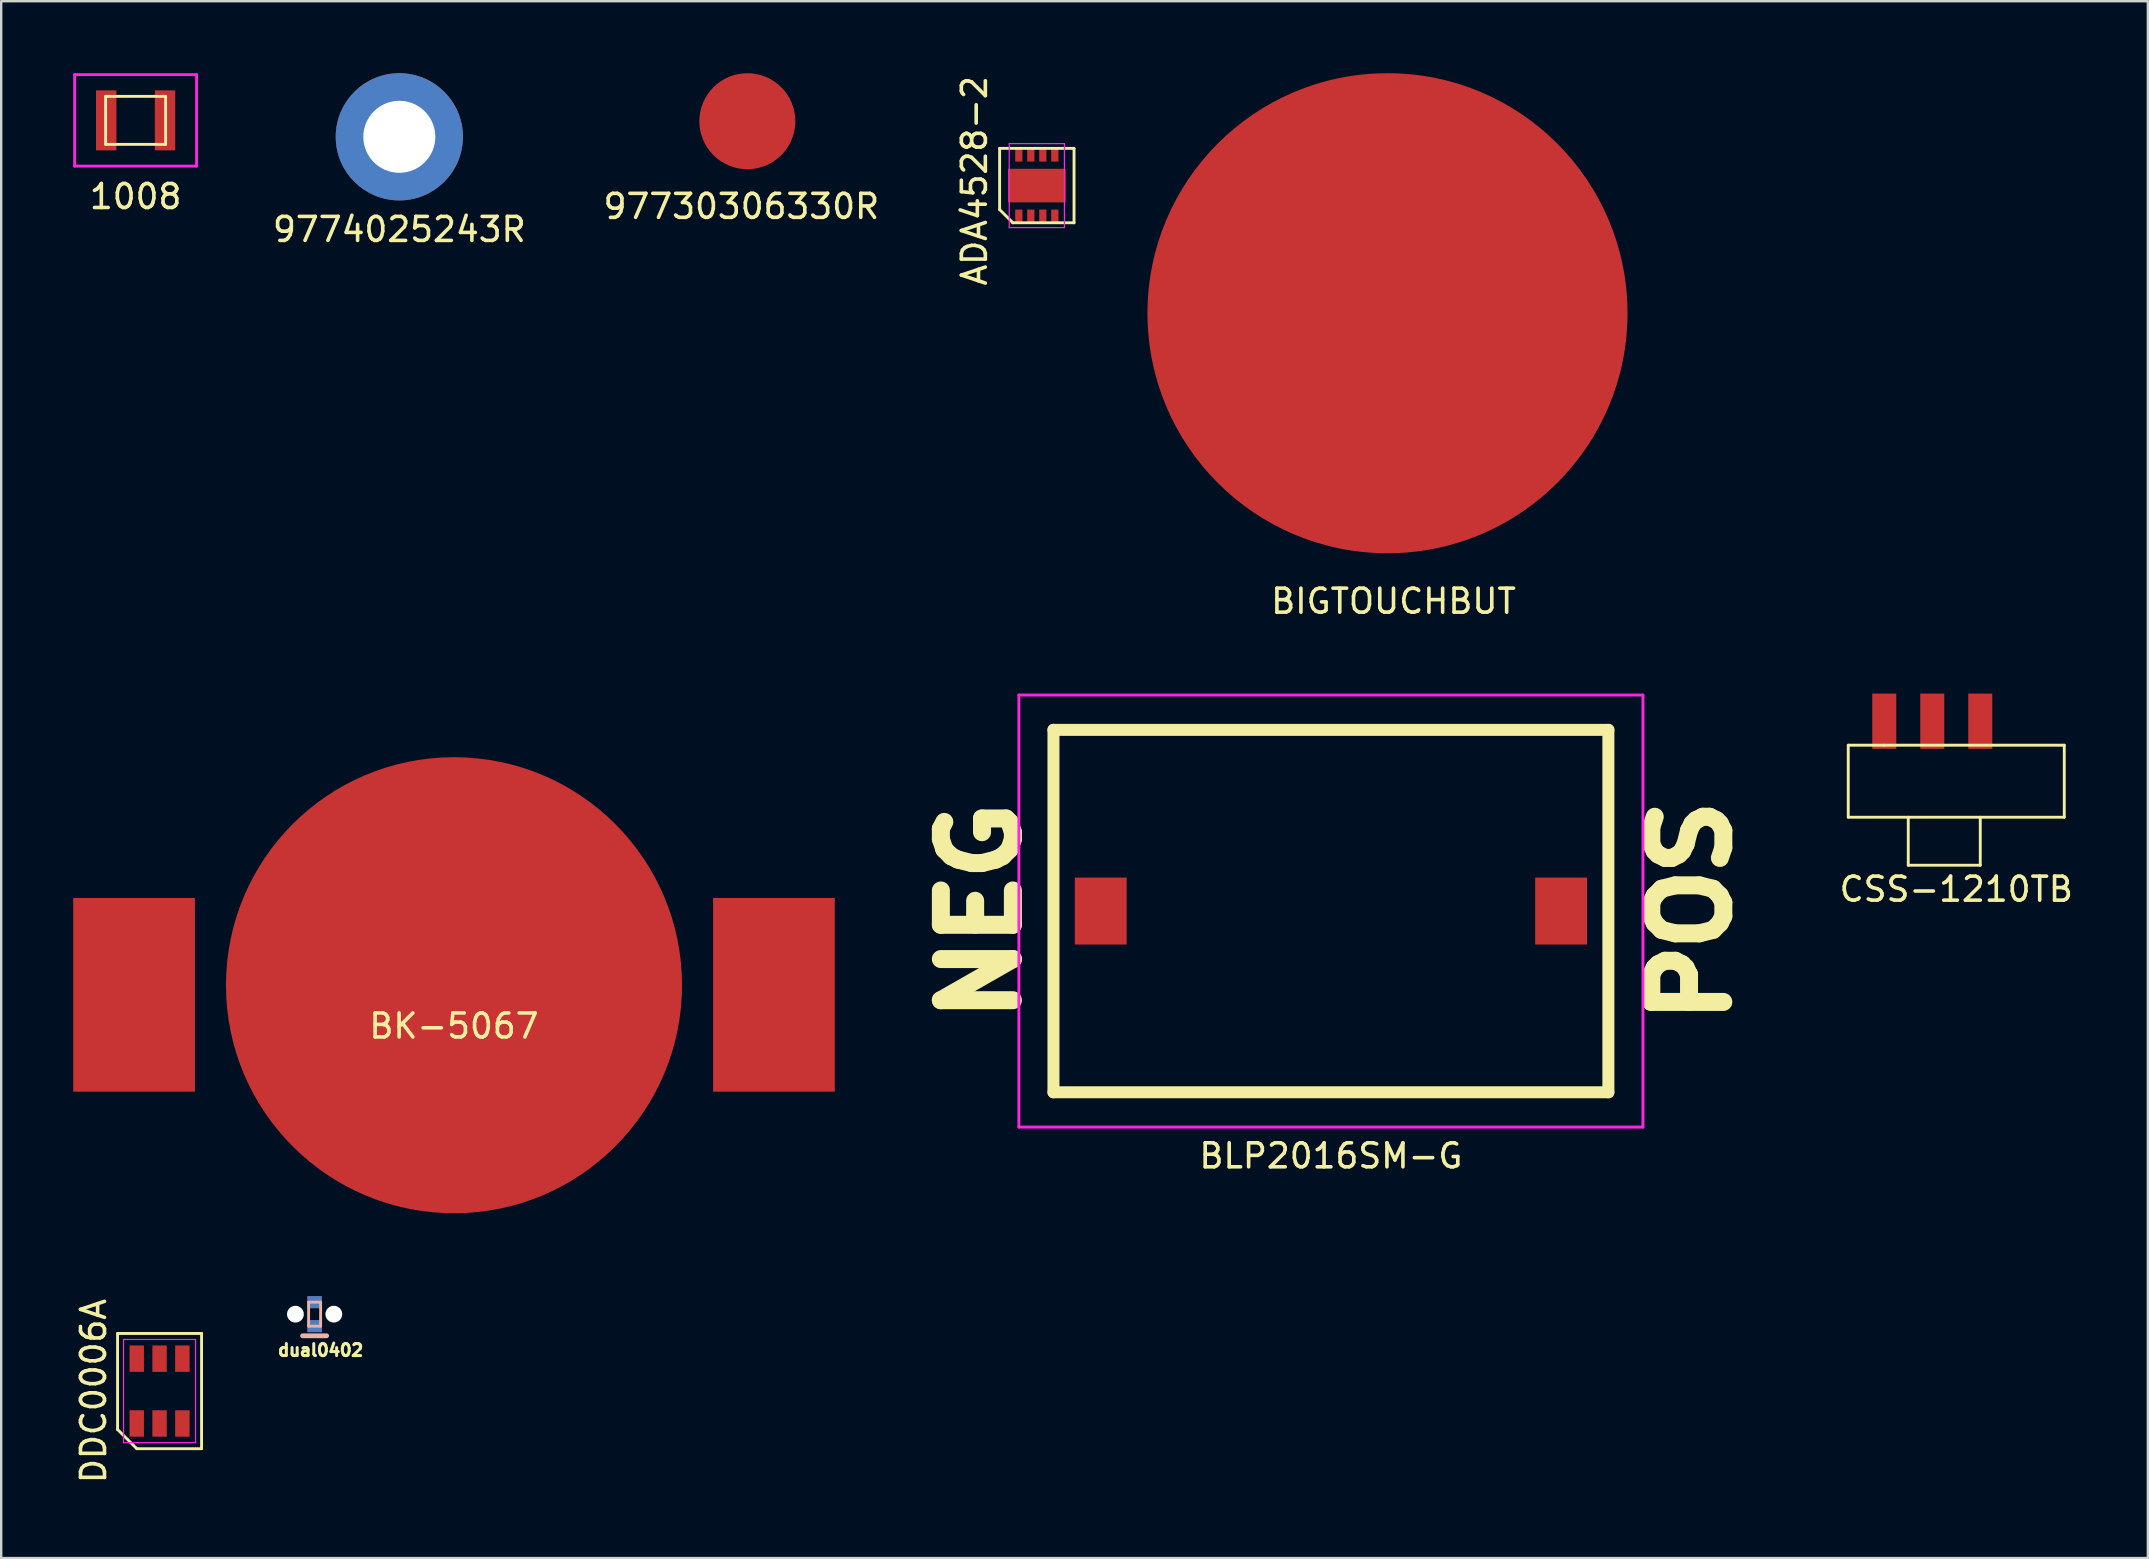
<source format=kicad_pcb>
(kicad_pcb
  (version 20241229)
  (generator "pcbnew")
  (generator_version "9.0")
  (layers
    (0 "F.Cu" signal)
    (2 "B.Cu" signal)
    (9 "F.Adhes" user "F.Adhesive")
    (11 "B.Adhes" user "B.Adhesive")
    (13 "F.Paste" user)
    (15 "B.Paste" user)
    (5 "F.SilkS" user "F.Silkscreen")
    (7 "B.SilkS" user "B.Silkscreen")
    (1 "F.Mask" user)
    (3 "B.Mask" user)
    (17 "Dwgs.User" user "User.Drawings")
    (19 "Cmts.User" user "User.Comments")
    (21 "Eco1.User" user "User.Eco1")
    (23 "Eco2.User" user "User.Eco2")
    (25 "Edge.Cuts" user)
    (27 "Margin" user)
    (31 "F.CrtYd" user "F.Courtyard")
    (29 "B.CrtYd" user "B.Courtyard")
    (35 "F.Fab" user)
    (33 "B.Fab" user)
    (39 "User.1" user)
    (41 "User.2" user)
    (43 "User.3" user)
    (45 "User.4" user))
  (footprint "9774025243R"
    (layer "F.Cu")
    (at 13.587 2.65)
    (property "Reference" "9774025243R" (at 0 3.86 0) (layer "F.SilkS") (effects (font (size 1 1) (thickness 0.15))))
    (attr through_hole)
    (pad "1" thru_hole circle (at 0 0) (size 5.3 5.3) (drill 3) (layers "*.Cu" "*.Mask")))
  (footprint "1008"
    (layer "F.Cu")
    (at 2.6 1.965)
    (property "Reference" "1008" (at 0 3.175 0) (layer "F.SilkS") (effects (font (size 1 1) (thickness 0.15))))
    (attr through_hole)
    (fp_line (start -1.25 -1) (end -1.25 1) (stroke (width 0.12) (type solid)) (layer "F.SilkS"))
    (fp_line (start -1.25 1) (end 1.25 1) (stroke (width 0.12) (type solid)) (layer "F.SilkS"))
    (fp_line (start 1.25 -1) (end -1.25 -1) (stroke (width 0.12) (type solid)) (layer "F.SilkS"))
    (fp_line (start 1.25 1) (end 1.25 -1) (stroke (width 0.12) (type solid)) (layer "F.SilkS"))
    (fp_line (start -2.54 -1.905) (end 2.54 -1.905) (stroke (width 0.12) (type solid)) (layer "F.CrtYd"))
    (fp_line (start -2.54 1.905) (end -2.54 -1.905) (stroke (width 0.12) (type solid)) (layer "F.CrtYd"))
    (fp_line (start 2.54 -1.905) (end 2.54 1.905) (stroke (width 0.12) (type solid)) (layer "F.CrtYd"))
    (fp_line (start 2.54 1.905) (end -2.54 1.905) (stroke (width 0.12) (type solid)) (layer "F.CrtYd"))
    (pad "1" smd rect (at -1.225 0) (size 0.85 2.5) (layers "F.Cu" "F.Mask" "F.Paste"))
    (pad "2" smd rect (at 1.225 0) (size 0.85 2.5) (layers "F.Cu" "F.Mask" "F.Paste")))
  (footprint "97730306330R"
    (layer "F.Cu")
    (at 28.087 2)
    (property "Reference" "97730306330R" (at -0.25 3.55 0) (layer "F.SilkS") (effects (font (size 1 1) (thickness 0.15))))
    (attr through_hole)
    (pad "1" smd circle (at 0 0) (size 4 4) (layers "F.Cu" "F.Mask" "F.Paste")))
  (footprint "dual0402"
    (layer "F.Cu")
    (at 10.058 51.703)
    (property "Reference" "dual0402" (at 0.25 1.5 0) (layer "F.SilkS") (effects (font (size 0.5 0.5) (thickness 0.125))))
    (attr through_hole)
    (fp_poly (pts (xy -0.3 -0.75) (xy 0.3 -0.75) (xy 0.3 -0.25) (xy -0.3 -0.25)) (stroke (width 0.01) (type solid)) (fill yes) (layer "B.Mask"))
    (fp_poly (pts (xy -0.3 0.25) (xy 0.3 0.25) (xy 0.3 0.75) (xy -0.3 0.75)) (stroke (width 0.01) (type solid)) (fill yes) (layer "B.Mask"))
    (fp_line (start -0.5 0.9) (end 0.5 0.9) (stroke (width 0.2) (type solid)) (layer "B.SilkS"))
    (fp_line (start -0.25 -0.5) (end 0.25 -0.5) (stroke (width 0.12) (type solid)) (layer "B.SilkS"))
    (fp_line (start -0.25 0.5) (end -0.25 -0.5) (stroke (width 0.12) (type solid)) (layer "B.SilkS"))
    (fp_line (start 0.25 -0.5) (end 0.25 0.5) (stroke (width 0.12) (type solid)) (layer "B.SilkS"))
    (fp_line (start 0.25 0.5) (end -0.25 0.5) (stroke (width 0.12) (type solid)) (layer "B.SilkS"))
    (pad "" np_thru_hole circle (at -0.8 0) (size 0.7 0.7) (drill 0.7) (layers "*.Cu" "*.Mask"))
    (pad "" np_thru_hole circle (at 0.8 0) (size 0.7 0.7) (drill 0.7) (layers "*.Cu" "*.Mask"))
    (pad "1" smd rect (at 0 -0.5) (size 0.6 0.5) (layers "F.Cu" "F.Mask" "F.Paste"))
    (pad "1" smd rect (at 0 -0.5) (size 0.6 0.5) (layers "F.Mask" "B.Cu" "F.Paste"))
    (pad "2" smd rect (at 0 0.5) (size 0.6 0.5) (layers "F.Cu" "F.Mask" "F.Paste"))
    (pad "2" smd rect (at 0 0.5) (size 0.6 0.5) (layers "F.Mask" "B.Cu" "F.Paste")))
  (footprint "BLP2016SM-G"
    (layer "F.Cu")
    (at 52.401 34.908)
    (property "Reference" "BLP2016SM-G" (at 0 10.2 0) (layer "F.SilkS") (effects (font (size 1 1) (thickness 0.15))))
    (attr through_hole)
    (fp_line (start -11.56 -7.55) (end -11.56 7.55) (stroke (width 0.5) (type solid)) (layer "F.SilkS"))
    (fp_line (start -11.56 -7.55) (end 11.56 -7.55) (stroke (width 0.5) (type solid)) (layer "F.SilkS"))
    (fp_line (start -11.56 7.55) (end 11.56 7.55) (stroke (width 0.5) (type solid)) (layer "F.SilkS"))
    (fp_line (start 11.56 -7.55) (end 11.56 7.55) (stroke (width 0.5) (type solid)) (layer "F.SilkS"))
    (fp_line (start -13 -9) (end 13 -9) (stroke (width 0.12) (type solid)) (layer "F.CrtYd"))
    (fp_line (start -13 9) (end -13 -9) (stroke (width 0.12) (type solid)) (layer "F.CrtYd"))
    (fp_line (start 13 -9) (end 13 9) (stroke (width 0.12) (type solid)) (layer "F.CrtYd"))
    (fp_line (start 13 9) (end -13 9) (stroke (width 0.12) (type solid)) (layer "F.CrtYd"))
    (fp_text user "POS" (at 15 0 90) (layer "F.SilkS") (effects (font (size 3 3) (thickness 0.75))))
    (fp_text user "NEG" (at -14.6 0 90) (layer "F.SilkS") (effects (font (size 3 3) (thickness 0.75))))
    (pad "1" smd rect (at -9.59 0) (size 2.16 2.79) (layers "F.Cu" "F.Mask" "F.Paste"))
    (pad "2" smd rect (at 9.59 0) (size 2.16 2.79) (layers "F.Cu" "F.Mask" "F.Paste")))
  (footprint "CSS-1210TB"
    (layer "F.Cu")
    (at 77.455 26.998)
    (property "Reference" "CSS-1210TB" (at 1 7 0) (layer "F.SilkS") (effects (font (size 1 1) (thickness 0.15))))
    (attr through_hole)
    (fp_line (start -3.5 1) (end -3.5 4) (stroke (width 0.12) (type solid)) (layer "F.SilkS"))
    (fp_line (start -3.5 4) (end 5.5 4) (stroke (width 0.12) (type solid)) (layer "F.SilkS"))
    (fp_line (start -2 1) (end -3.5 1) (stroke (width 0.12) (type solid)) (layer "F.SilkS"))
    (fp_line (start -2 1) (end 5.5 1) (stroke (width 0.12) (type solid)) (layer "F.SilkS"))
    (fp_line (start -1 4) (end -1 6) (stroke (width 0.12) (type solid)) (layer "F.SilkS"))
    (fp_line (start -1 6) (end 2 6) (stroke (width 0.12) (type solid)) (layer "F.SilkS"))
    (fp_line (start 2 6) (end 2 4) (stroke (width 0.12) (type solid)) (layer "F.SilkS"))
    (fp_line (start 5.5 4) (end 5.5 1) (stroke (width 0.12) (type solid)) (layer "F.SilkS"))
    (pad "1" smd rect (at -2 0) (size 1 2.3) (layers "F.Cu" "F.Mask" "F.Paste"))
    (pad "2" smd rect (at 0 0) (size 1 2.3) (layers "F.Cu" "F.Mask" "F.Paste"))
    (pad "3" smd rect (at 2 0) (size 1 2.3) (layers "F.Cu" "F.Mask" "F.Paste")))
  (footprint "ADA4528-2"
    (layer "F.Cu")
    (at 40.148 4.682)
    (property "Reference" "ADA4528-2" (at -2.6 -0.2 90) (layer "F.SilkS") (effects (font (size 1 1) (thickness 0.15))))
    (attr smd)
    (fp_line (start -1.55 -1.55) (end 1.55 -1.55) (stroke (width 0.12) (type solid)) (layer "F.SilkS"))
    (fp_line (start -1.55 1) (end -1.55 -1.55) (stroke (width 0.12) (type solid)) (layer "F.SilkS"))
    (fp_line (start -1 1.55) (end -1.55 1) (stroke (width 0.12) (type solid)) (layer "F.SilkS"))
    (fp_line (start 1.55 -1.55) (end 1.55 1.55) (stroke (width 0.12) (type solid)) (layer "F.SilkS"))
    (fp_line (start 1.55 1.55) (end -1 1.55) (stroke (width 0.12) (type solid)) (layer "F.SilkS"))
    (fp_line (start -1.15 -1.75) (end 1.15 -1.75) (stroke (width 0.05) (type solid)) (layer "F.CrtYd"))
    (fp_line (start -1.15 1.75) (end -1.15 -1.75) (stroke (width 0.05) (type solid)) (layer "F.CrtYd"))
    (fp_line (start 1.15 -1.75) (end 1.15 1.75) (stroke (width 0.05) (type solid)) (layer "F.CrtYd"))
    (fp_line (start 1.15 1.75) (end -1.15 1.75) (stroke (width 0.05) (type solid)) (layer "F.CrtYd"))
    (pad "1" smd rect (at -0.75 1.3) (size 0.3 0.6) (layers "F.Cu" "F.Mask" "F.Paste"))
    (pad "2" smd rect (at -0.25 1.3) (size 0.3 0.6) (layers "F.Cu" "F.Mask" "F.Paste"))
    (pad "3" smd rect (at 0.25 1.3) (size 0.3 0.6) (layers "F.Cu" "F.Mask" "F.Paste"))
    (pad "4" smd rect (at 0 0) (size 2.4 1.4) (layers "F.Cu" "F.Mask" "F.Paste"))
    (pad "4" smd rect (at 0.75 1.3) (size 0.3 0.6) (layers "F.Cu" "F.Mask" "F.Paste"))
    (pad "5" smd rect (at 0.75 -1.3) (size 0.3 0.6) (layers "F.Cu" "F.Mask" "F.Paste"))
    (pad "6" smd rect (at 0.25 -1.3) (size 0.3 0.6) (layers "F.Cu" "F.Mask" "F.Paste"))
    (pad "7" smd rect (at -0.25 -1.3) (size 0.3 0.6) (layers "F.Cu" "F.Mask" "F.Paste"))
    (pad "8" smd rect (at -0.75 -1.3) (size 0.3 0.6) (layers "F.Cu" "F.Mask" "F.Paste")))
  (footprint "BK-5067"
    (layer "F.Cu")
    (at 15.865 35.398)
    (property "Reference" "BK-5067" (at 0 4.3 0) (layer "F.SilkS") (effects (font (size 1 1) (thickness 0.15))))
    (attr through_hole)
    (fp_poly (pts (xy 0 12.5) (xy 5.5 12) (xy 10 4.5) (xy 10 -9.5) (xy -9.5 -9.5) (xy -10 -9.5) (xy -10 4.5) (xy -5.5 12)) (stroke (width 0.1) (type solid)) (fill yes) (layer "F.Mask"))
    (pad "1" smd rect (at -13.33 3) (size 5.07 8.07) (layers "F.Cu" "F.Mask" "F.Paste"))
    (pad "1" smd rect (at 13.33 3) (size 5.07 8.07) (layers "F.Cu" "F.Mask" "F.Paste"))
    (pad "2" smd circle (at 0 2.6) (size 19 19) (layers "F.Cu" "F.Mask" "F.Paste")))
  (footprint "BIGTOUCHBUT"
    (layer "F.Cu")
    (at 54.758 10)
    (property "Reference" "BIGTOUCHBUT" (at 0.25 12 0) (layer "F.SilkS") (effects (font (size 1 1) (thickness 0.15))))
    (attr through_hole)
    (pad "1" smd circle (at 0 0) (size 20 20) (layers "F.Cu" "F.Mask" "F.Paste")))
  (footprint "DDC0006A"
    (layer "F.Cu")
    (at 3.598 54.907)
    (property "Reference" "DDC0006A" (at -2.75 0 90) (layer "F.SilkS") (effects (font (size 1 1) (thickness 0.15))))
    (attr smd)
    (fp_line (start -1.75 -2.4) (end 1.75 -2.4) (stroke (width 0.12) (type solid)) (layer "F.SilkS"))
    (fp_line (start -1.75 1.6) (end -1.75 -2.4) (stroke (width 0.12) (type solid)) (layer "F.SilkS"))
    (fp_line (start -0.95 2.4) (end -1.75 1.6) (stroke (width 0.12) (type solid)) (layer "F.SilkS"))
    (fp_line (start 1.75 -2.4) (end 1.75 2.4) (stroke (width 0.12) (type solid)) (layer "F.SilkS"))
    (fp_line (start 1.75 2.4) (end -0.95 2.4) (stroke (width 0.12) (type solid)) (layer "F.SilkS"))
    (fp_line (start -1.5 -2.15) (end 1.5 -2.15) (stroke (width 0.05) (type solid)) (layer "F.CrtYd"))
    (fp_line (start -1.5 2.15) (end -1.5 -2.15) (stroke (width 0.05) (type solid)) (layer "F.CrtYd"))
    (fp_line (start 1.5 -2.15) (end 1.5 2.15) (stroke (width 0.05) (type solid)) (layer "F.CrtYd"))
    (fp_line (start 1.5 2.15) (end -1.5 2.15) (stroke (width 0.05) (type solid)) (layer "F.CrtYd"))
    (pad "1" smd rect (at -0.95 1.35) (size 0.6 1.1) (layers "F.Cu" "F.Mask" "F.Paste"))
    (pad "2" smd rect (at 0 1.35) (size 0.6 1.1) (layers "F.Cu" "F.Mask" "F.Paste"))
    (pad "3" smd rect (at 0.95 1.35) (size 0.6 1.1) (layers "F.Cu" "F.Mask" "F.Paste"))
    (pad "4" smd rect (at 0.95 -1.35) (size 0.6 1.1) (layers "F.Cu" "F.Mask" "F.Paste"))
    (pad "5" smd rect (at 0 -1.35) (size 0.6 1.1) (layers "F.Cu" "F.Mask" "F.Paste"))
    (pad "6" smd rect (at -0.95 -1.35) (size 0.6 1.1) (layers "F.Cu" "F.Mask" "F.Paste")))
  (gr_rect
    (start -3 -3)
    (end 86.437 61.865)
    (stroke (width 0.1) (type default))
    (fill no)
    (layer "Edge.Cuts")))
</source>
